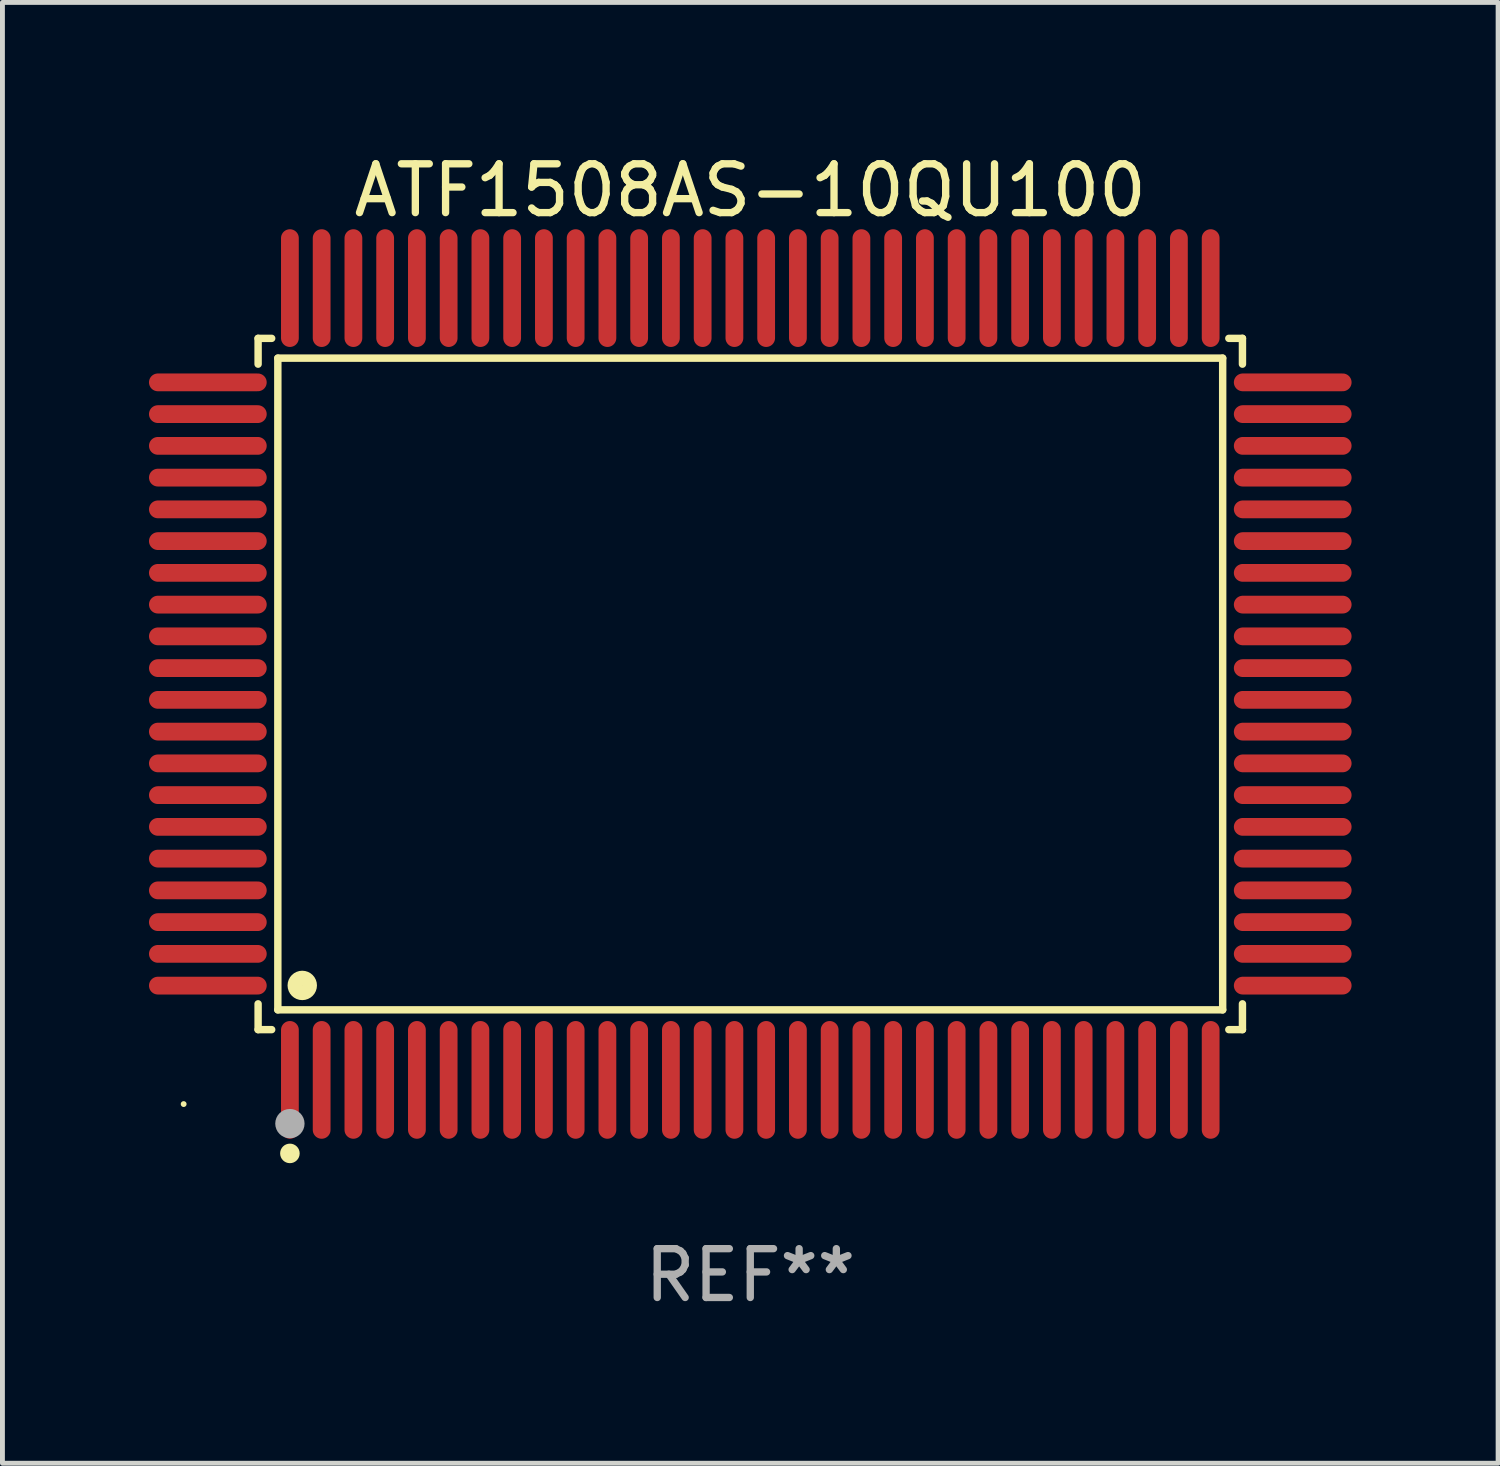
<source format=kicad_pcb>
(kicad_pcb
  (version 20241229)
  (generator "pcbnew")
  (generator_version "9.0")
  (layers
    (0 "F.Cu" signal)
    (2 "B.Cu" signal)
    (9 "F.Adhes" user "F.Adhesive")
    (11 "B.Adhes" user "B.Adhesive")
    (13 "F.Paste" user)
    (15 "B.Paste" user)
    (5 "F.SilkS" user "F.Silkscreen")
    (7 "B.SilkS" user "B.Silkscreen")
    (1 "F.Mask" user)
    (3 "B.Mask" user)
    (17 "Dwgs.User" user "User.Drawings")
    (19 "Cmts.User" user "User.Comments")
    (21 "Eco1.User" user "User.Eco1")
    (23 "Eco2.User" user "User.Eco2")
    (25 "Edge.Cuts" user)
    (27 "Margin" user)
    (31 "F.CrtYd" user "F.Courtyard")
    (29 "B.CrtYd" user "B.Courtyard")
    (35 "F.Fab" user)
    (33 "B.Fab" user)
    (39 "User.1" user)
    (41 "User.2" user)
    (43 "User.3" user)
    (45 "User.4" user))
  (footprint "ATF1508AS-10QU100"
    (layer "F.Cu")
    (at 12.31 10.953)
    (property "Reference" "ATF1508AS-10QU100" (at 0 -10.105 0) (layer "F.SilkS") (effects (font (size 1 1) (thickness 0.15))))
    (attr through_hole)
    (fp_line (start -10.076 -7.076) (end -9.798 -7.076) (stroke (width 0.152) (type solid)) (layer "F.SilkS"))
    (fp_line (start -10.076 -6.548) (end -10.076 -7.076) (stroke (width 0.152) (type solid)) (layer "F.SilkS"))
    (fp_line (start -10.076 6.548) (end -10.076 7.076) (stroke (width 0.152) (type solid)) (layer "F.SilkS"))
    (fp_line (start -10.076 7.076) (end -9.798 7.076) (stroke (width 0.152) (type solid)) (layer "F.SilkS"))
    (fp_line (start -9.672 -6.671) (end 9.671 -6.671) (stroke (width 0.152) (type solid)) (layer "F.SilkS"))
    (fp_line (start -9.672 6.671) (end -9.672 -6.671) (stroke (width 0.152) (type solid)) (layer "F.SilkS"))
    (fp_line (start 9.671 -6.671) (end 9.671 6.671) (stroke (width 0.152) (type solid)) (layer "F.SilkS"))
    (fp_line (start 9.671 6.671) (end -9.672 6.671) (stroke (width 0.152) (type solid)) (layer "F.SilkS"))
    (fp_line (start 10.076 -7.076) (end 9.797 -7.076) (stroke (width 0.152) (type solid)) (layer "F.SilkS"))
    (fp_line (start 10.076 -6.548) (end 10.076 -7.076) (stroke (width 0.152) (type solid)) (layer "F.SilkS"))
    (fp_line (start 10.076 6.548) (end 10.076 7.076) (stroke (width 0.152) (type solid)) (layer "F.SilkS"))
    (fp_line (start 10.076 7.076) (end 9.797 7.076) (stroke (width 0.152) (type solid)) (layer "F.SilkS"))
    (fp_circle (center -11.6 8.6) (end -11.57 8.6) (stroke (width 0.06) (type solid)) (fill no) (layer "F.SilkS"))
    (fp_circle (center -9.425 9.61) (end -9.325 9.61) (stroke (width 0.2) (type solid)) (fill no) (layer "F.SilkS"))
    (fp_circle (center -9.172 6.171) (end -9.021 6.171) (stroke (width 0.3) (type solid)) (fill no) (layer "F.SilkS"))
    (fp_circle (center -9.425 9) (end -9.275 9) (stroke (width 0.3) (type solid)) (fill no) (layer "F.Fab"))
    (fp_text user "REF**" (at 0 12.105 0) (layer "F.Fab") (effects (font (size 1 1) (thickness 0.15))))
    (pad "1" smd oval (at -9.425 8.105) (size 0.364 2.41) (layers "F.Cu" "F.Mask" "F.Paste"))
    (pad "2" smd oval (at -8.775 8.105) (size 0.364 2.41) (layers "F.Cu" "F.Mask" "F.Paste"))
    (pad "3" smd oval (at -8.125 8.105) (size 0.364 2.41) (layers "F.Cu" "F.Mask" "F.Paste"))
    (pad "4" smd oval (at -7.475 8.105) (size 0.364 2.41) (layers "F.Cu" "F.Mask" "F.Paste"))
    (pad "5" smd oval (at -6.825 8.105) (size 0.364 2.41) (layers "F.Cu" "F.Mask" "F.Paste"))
    (pad "6" smd oval (at -6.175 8.105) (size 0.364 2.41) (layers "F.Cu" "F.Mask" "F.Paste"))
    (pad "7" smd oval (at -5.525 8.105) (size 0.364 2.41) (layers "F.Cu" "F.Mask" "F.Paste"))
    (pad "8" smd oval (at -4.875 8.105) (size 0.364 2.41) (layers "F.Cu" "F.Mask" "F.Paste"))
    (pad "9" smd oval (at -4.225 8.105) (size 0.364 2.41) (layers "F.Cu" "F.Mask" "F.Paste"))
    (pad "10" smd oval (at -3.575 8.105) (size 0.364 2.41) (layers "F.Cu" "F.Mask" "F.Paste"))
    (pad "11" smd oval (at -2.925 8.105) (size 0.364 2.41) (layers "F.Cu" "F.Mask" "F.Paste"))
    (pad "12" smd oval (at -2.275 8.105) (size 0.364 2.41) (layers "F.Cu" "F.Mask" "F.Paste"))
    (pad "13" smd oval (at -1.625 8.105) (size 0.364 2.41) (layers "F.Cu" "F.Mask" "F.Paste"))
    (pad "14" smd oval (at -0.975 8.105) (size 0.364 2.41) (layers "F.Cu" "F.Mask" "F.Paste"))
    (pad "15" smd oval (at -0.325 8.105) (size 0.364 2.41) (layers "F.Cu" "F.Mask" "F.Paste"))
    (pad "16" smd oval (at 0.325 8.105) (size 0.364 2.41) (layers "F.Cu" "F.Mask" "F.Paste"))
    (pad "17" smd oval (at 0.975 8.105) (size 0.364 2.41) (layers "F.Cu" "F.Mask" "F.Paste"))
    (pad "18" smd oval (at 1.625 8.105) (size 0.364 2.41) (layers "F.Cu" "F.Mask" "F.Paste"))
    (pad "19" smd oval (at 2.275 8.105) (size 0.364 2.41) (layers "F.Cu" "F.Mask" "F.Paste"))
    (pad "20" smd oval (at 2.925 8.105) (size 0.364 2.41) (layers "F.Cu" "F.Mask" "F.Paste"))
    (pad "21" smd oval (at 3.575 8.105) (size 0.364 2.41) (layers "F.Cu" "F.Mask" "F.Paste"))
    (pad "22" smd oval (at 4.225 8.105) (size 0.364 2.41) (layers "F.Cu" "F.Mask" "F.Paste"))
    (pad "23" smd oval (at 4.875 8.105) (size 0.364 2.41) (layers "F.Cu" "F.Mask" "F.Paste"))
    (pad "24" smd oval (at 5.525 8.105) (size 0.364 2.41) (layers "F.Cu" "F.Mask" "F.Paste"))
    (pad "25" smd oval (at 6.175 8.105) (size 0.364 2.41) (layers "F.Cu" "F.Mask" "F.Paste"))
    (pad "26" smd oval (at 6.825 8.105) (size 0.364 2.41) (layers "F.Cu" "F.Mask" "F.Paste"))
    (pad "27" smd oval (at 7.475 8.105) (size 0.364 2.41) (layers "F.Cu" "F.Mask" "F.Paste"))
    (pad "28" smd oval (at 8.125 8.105) (size 0.364 2.41) (layers "F.Cu" "F.Mask" "F.Paste"))
    (pad "29" smd oval (at 8.775 8.105) (size 0.364 2.41) (layers "F.Cu" "F.Mask" "F.Paste"))
    (pad "30" smd oval (at 9.425 8.105) (size 0.364 2.41) (layers "F.Cu" "F.Mask" "F.Paste"))
    (pad "31" smd oval (at 11.105 6.175) (size 2.41 0.364) (layers "F.Cu" "F.Mask" "F.Paste"))
    (pad "32" smd oval (at 11.105 5.525) (size 2.41 0.364) (layers "F.Cu" "F.Mask" "F.Paste"))
    (pad "33" smd oval (at 11.105 4.875) (size 2.41 0.364) (layers "F.Cu" "F.Mask" "F.Paste"))
    (pad "34" smd oval (at 11.105 4.225) (size 2.41 0.364) (layers "F.Cu" "F.Mask" "F.Paste"))
    (pad "35" smd oval (at 11.105 3.575) (size 2.41 0.364) (layers "F.Cu" "F.Mask" "F.Paste"))
    (pad "36" smd oval (at 11.105 2.925) (size 2.41 0.364) (layers "F.Cu" "F.Mask" "F.Paste"))
    (pad "37" smd oval (at 11.105 2.275) (size 2.41 0.364) (layers "F.Cu" "F.Mask" "F.Paste"))
    (pad "38" smd oval (at 11.105 1.625) (size 2.41 0.364) (layers "F.Cu" "F.Mask" "F.Paste"))
    (pad "39" smd oval (at 11.105 0.975) (size 2.41 0.364) (layers "F.Cu" "F.Mask" "F.Paste"))
    (pad "40" smd oval (at 11.105 0.325) (size 2.41 0.364) (layers "F.Cu" "F.Mask" "F.Paste"))
    (pad "41" smd oval (at 11.105 -0.325) (size 2.41 0.364) (layers "F.Cu" "F.Mask" "F.Paste"))
    (pad "42" smd oval (at 11.105 -0.975) (size 2.41 0.364) (layers "F.Cu" "F.Mask" "F.Paste"))
    (pad "43" smd oval (at 11.105 -1.625) (size 2.41 0.364) (layers "F.Cu" "F.Mask" "F.Paste"))
    (pad "44" smd oval (at 11.105 -2.275) (size 2.41 0.364) (layers "F.Cu" "F.Mask" "F.Paste"))
    (pad "45" smd oval (at 11.105 -2.925) (size 2.41 0.364) (layers "F.Cu" "F.Mask" "F.Paste"))
    (pad "46" smd oval (at 11.105 -3.575) (size 2.41 0.364) (layers "F.Cu" "F.Mask" "F.Paste"))
    (pad "47" smd oval (at 11.105 -4.225) (size 2.41 0.364) (layers "F.Cu" "F.Mask" "F.Paste"))
    (pad "48" smd oval (at 11.105 -4.875) (size 2.41 0.364) (layers "F.Cu" "F.Mask" "F.Paste"))
    (pad "49" smd oval (at 11.105 -5.525) (size 2.41 0.364) (layers "F.Cu" "F.Mask" "F.Paste"))
    (pad "50" smd oval (at 11.105 -6.175) (size 2.41 0.364) (layers "F.Cu" "F.Mask" "F.Paste"))
    (pad "51" smd oval (at 9.425 -8.105) (size 0.364 2.41) (layers "F.Cu" "F.Mask" "F.Paste"))
    (pad "52" smd oval (at 8.775 -8.105) (size 0.364 2.41) (layers "F.Cu" "F.Mask" "F.Paste"))
    (pad "53" smd oval (at 8.125 -8.105) (size 0.364 2.41) (layers "F.Cu" "F.Mask" "F.Paste"))
    (pad "54" smd oval (at 7.475 -8.105) (size 0.364 2.41) (layers "F.Cu" "F.Mask" "F.Paste"))
    (pad "55" smd oval (at 6.825 -8.105) (size 0.364 2.41) (layers "F.Cu" "F.Mask" "F.Paste"))
    (pad "56" smd oval (at 6.175 -8.105) (size 0.364 2.41) (layers "F.Cu" "F.Mask" "F.Paste"))
    (pad "57" smd oval (at 5.525 -8.105) (size 0.364 2.41) (layers "F.Cu" "F.Mask" "F.Paste"))
    (pad "58" smd oval (at 4.875 -8.105) (size 0.364 2.41) (layers "F.Cu" "F.Mask" "F.Paste"))
    (pad "59" smd oval (at 4.225 -8.105) (size 0.364 2.41) (layers "F.Cu" "F.Mask" "F.Paste"))
    (pad "60" smd oval (at 3.575 -8.105) (size 0.364 2.41) (layers "F.Cu" "F.Mask" "F.Paste"))
    (pad "61" smd oval (at 2.925 -8.105) (size 0.364 2.41) (layers "F.Cu" "F.Mask" "F.Paste"))
    (pad "62" smd oval (at 2.275 -8.105) (size 0.364 2.41) (layers "F.Cu" "F.Mask" "F.Paste"))
    (pad "63" smd oval (at 1.625 -8.105) (size 0.364 2.41) (layers "F.Cu" "F.Mask" "F.Paste"))
    (pad "64" smd oval (at 0.975 -8.105) (size 0.364 2.41) (layers "F.Cu" "F.Mask" "F.Paste"))
    (pad "65" smd oval (at 0.325 -8.105) (size 0.364 2.41) (layers "F.Cu" "F.Mask" "F.Paste"))
    (pad "66" smd oval (at -0.325 -8.105) (size 0.364 2.41) (layers "F.Cu" "F.Mask" "F.Paste"))
    (pad "67" smd oval (at -0.975 -8.105) (size 0.364 2.41) (layers "F.Cu" "F.Mask" "F.Paste"))
    (pad "68" smd oval (at -1.625 -8.105) (size 0.364 2.41) (layers "F.Cu" "F.Mask" "F.Paste"))
    (pad "69" smd oval (at -2.275 -8.105) (size 0.364 2.41) (layers "F.Cu" "F.Mask" "F.Paste"))
    (pad "70" smd oval (at -2.925 -8.105) (size 0.364 2.41) (layers "F.Cu" "F.Mask" "F.Paste"))
    (pad "71" smd oval (at -3.575 -8.105) (size 0.364 2.41) (layers "F.Cu" "F.Mask" "F.Paste"))
    (pad "72" smd oval (at -4.225 -8.105) (size 0.364 2.41) (layers "F.Cu" "F.Mask" "F.Paste"))
    (pad "73" smd oval (at -4.875 -8.105) (size 0.364 2.41) (layers "F.Cu" "F.Mask" "F.Paste"))
    (pad "74" smd oval (at -5.525 -8.105) (size 0.364 2.41) (layers "F.Cu" "F.Mask" "F.Paste"))
    (pad "75" smd oval (at -6.175 -8.105) (size 0.364 2.41) (layers "F.Cu" "F.Mask" "F.Paste"))
    (pad "76" smd oval (at -6.825 -8.105) (size 0.364 2.41) (layers "F.Cu" "F.Mask" "F.Paste"))
    (pad "77" smd oval (at -7.475 -8.105) (size 0.364 2.41) (layers "F.Cu" "F.Mask" "F.Paste"))
    (pad "78" smd oval (at -8.125 -8.105) (size 0.364 2.41) (layers "F.Cu" "F.Mask" "F.Paste"))
    (pad "79" smd oval (at -8.775 -8.105) (size 0.364 2.41) (layers "F.Cu" "F.Mask" "F.Paste"))
    (pad "80" smd oval (at -9.425 -8.105) (size 0.364 2.41) (layers "F.Cu" "F.Mask" "F.Paste"))
    (pad "81" smd oval (at -11.105 -6.175) (size 2.41 0.364) (layers "F.Cu" "F.Mask" "F.Paste"))
    (pad "82" smd oval (at -11.105 -5.525) (size 2.41 0.364) (layers "F.Cu" "F.Mask" "F.Paste"))
    (pad "83" smd oval (at -11.105 -4.875) (size 2.41 0.364) (layers "F.Cu" "F.Mask" "F.Paste"))
    (pad "84" smd oval (at -11.105 -4.225) (size 2.41 0.364) (layers "F.Cu" "F.Mask" "F.Paste"))
    (pad "85" smd oval (at -11.105 -3.575) (size 2.41 0.364) (layers "F.Cu" "F.Mask" "F.Paste"))
    (pad "86" smd oval (at -11.105 -2.925) (size 2.41 0.364) (layers "F.Cu" "F.Mask" "F.Paste"))
    (pad "87" smd oval (at -11.105 -2.275) (size 2.41 0.364) (layers "F.Cu" "F.Mask" "F.Paste"))
    (pad "88" smd oval (at -11.105 -1.625) (size 2.41 0.364) (layers "F.Cu" "F.Mask" "F.Paste"))
    (pad "89" smd oval (at -11.105 -0.975) (size 2.41 0.364) (layers "F.Cu" "F.Mask" "F.Paste"))
    (pad "90" smd oval (at -11.105 -0.325) (size 2.41 0.364) (layers "F.Cu" "F.Mask" "F.Paste"))
    (pad "91" smd oval (at -11.105 0.325) (size 2.41 0.364) (layers "F.Cu" "F.Mask" "F.Paste"))
    (pad "92" smd oval (at -11.105 0.975) (size 2.41 0.364) (layers "F.Cu" "F.Mask" "F.Paste"))
    (pad "93" smd oval (at -11.105 1.625) (size 2.41 0.364) (layers "F.Cu" "F.Mask" "F.Paste"))
    (pad "94" smd oval (at -11.105 2.275) (size 2.41 0.364) (layers "F.Cu" "F.Mask" "F.Paste"))
    (pad "95" smd oval (at -11.105 2.925) (size 2.41 0.364) (layers "F.Cu" "F.Mask" "F.Paste"))
    (pad "96" smd oval (at -11.105 3.575) (size 2.41 0.364) (layers "F.Cu" "F.Mask" "F.Paste"))
    (pad "97" smd oval (at -11.105 4.225) (size 2.41 0.364) (layers "F.Cu" "F.Mask" "F.Paste"))
    (pad "98" smd oval (at -11.105 4.875) (size 2.41 0.364) (layers "F.Cu" "F.Mask" "F.Paste"))
    (pad "99" smd oval (at -11.105 5.525) (size 2.41 0.364) (layers "F.Cu" "F.Mask" "F.Paste"))
    (pad "100" smd oval (at -11.105 6.175) (size 2.41 0.364) (layers "F.Cu" "F.Mask" "F.Paste")))
  (gr_rect
    (start -3 -3)
    (end 27.62 26.906)
    (stroke (width 0.1) (type default))
    (fill no)
    (layer "Edge.Cuts")))
</source>
